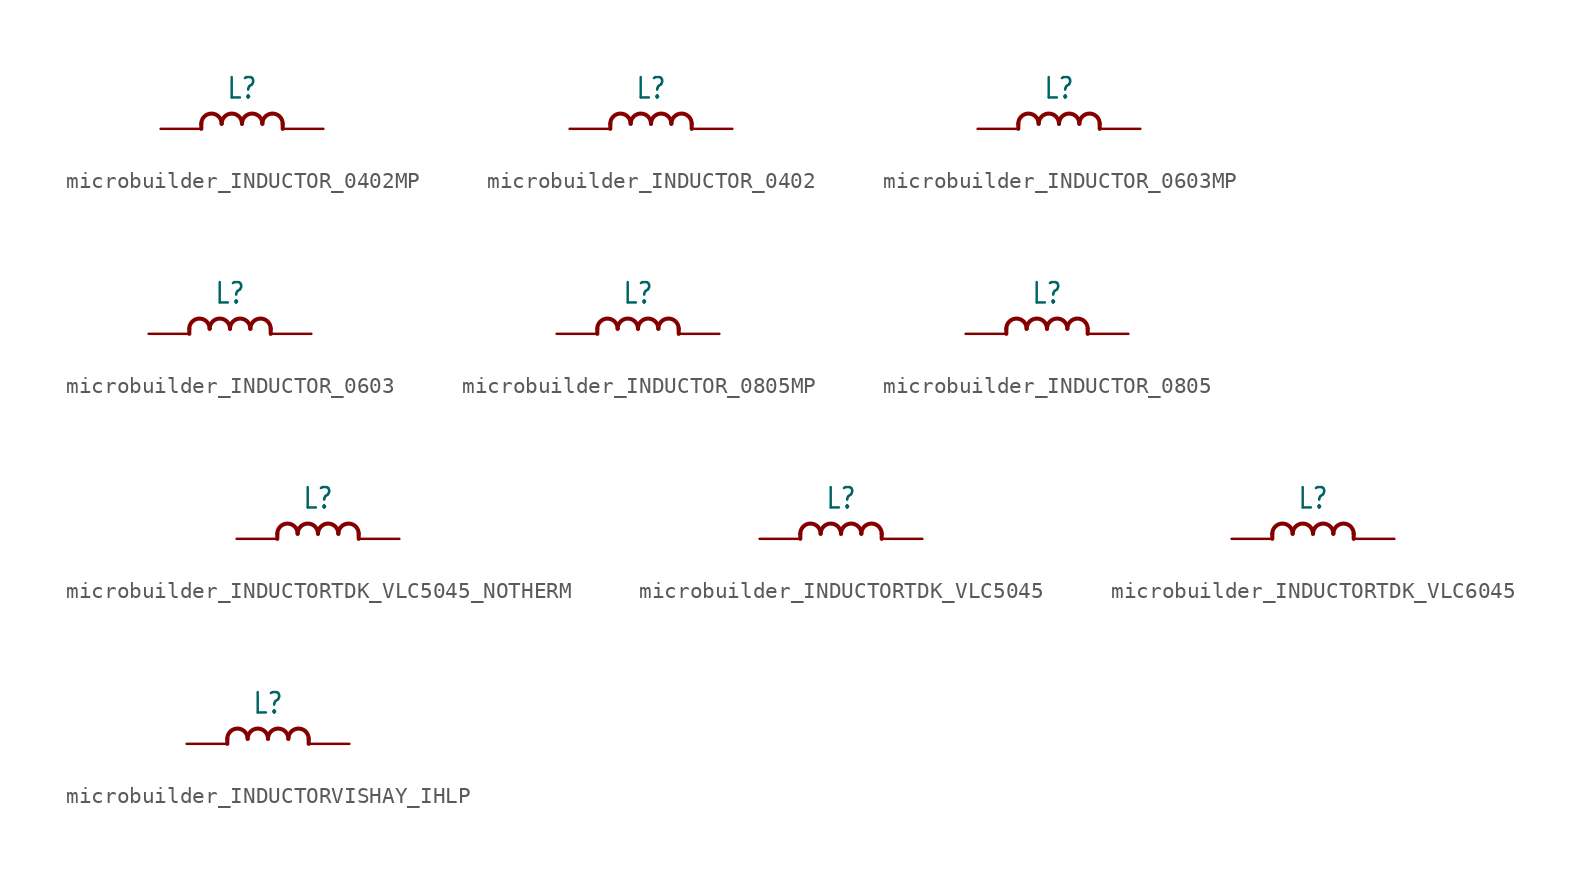
<source format=kicad_sym>
(kicad_symbol_lib
  (version 20231120)
  (generator "kicad_symbol_editor")
  (generator_version "8.0")
  (symbol "microbuilder_INDUCTOR_0402MP"
    (property "Reference" "L"
      (at 0 2.54 0)
      (effects (font (size 1.27 1.079))))
    (property "Value" ""
      (at 0 -1.54 0)
      (effects (font (size 1.27 1.079))))
    (property "ki_locked" ""
      (at 0 0 0)
      (effects (font (size 1.27 1.27))))
    (symbol "microbuilder_INDUCTOR_0402MP_1_0"
      (arc (start -1.27 0.3173) (mid -1.9049 0.9524) (end -2.54 0.3175) (stroke (width 0.254) (type solid)) (fill (type none)))
      (polyline (pts (xy -2.54 0.318) (xy -2.54 0)) (stroke (width 0.254) (type solid)) (fill (type none)))
      (polyline (pts (xy 2.54 0.318) (xy 2.54 0)) (stroke (width 0.254) (type solid)) (fill (type none)))
      (arc (start 0 0.3173) (mid -0.6349 0.9524) (end -1.27 0.3175) (stroke (width 0.254) (type solid)) (fill (type none)))
      (arc (start 1.27 0.3173) (mid 0.6351 0.9524) (end 0 0.3175) (stroke (width 0.254) (type solid)) (fill (type none)))
      (arc (start 2.54 0.3173) (mid 1.9051 0.9524) (end 1.27 0.3175) (stroke (width 0.254) (type solid)) (fill (type none)))
      (pin passive line (at -5.08 0 0) (length 2.54) (name "1" (effects (font (size 0 0)))) (number "1" (effects (font (size 0 0)))))
      (pin passive line (at 5.08 0 180) (length 2.54) (name "2" (effects (font (size 0 0)))) (number "2" (effects (font (size 0 0)))))))
  (symbol "microbuilder_INDUCTOR_0402"
    (property "Reference" "L"
      (at 0 2.54 0)
      (effects (font (size 1.27 1.079))))
    (property "Value" ""
      (at 0 -1.54 0)
      (effects (font (size 1.27 1.079))))
    (property "ki_locked" ""
      (at 0 0 0)
      (effects (font (size 1.27 1.27))))
    (symbol "microbuilder_INDUCTOR_0402_1_0"
      (arc (start -1.27 0.3173) (mid -1.9049 0.9524) (end -2.54 0.3175) (stroke (width 0.254) (type solid)) (fill (type none)))
      (polyline (pts (xy -2.54 0.318) (xy -2.54 0)) (stroke (width 0.254) (type solid)) (fill (type none)))
      (polyline (pts (xy 2.54 0.318) (xy 2.54 0)) (stroke (width 0.254) (type solid)) (fill (type none)))
      (arc (start 0 0.3173) (mid -0.6349 0.9524) (end -1.27 0.3175) (stroke (width 0.254) (type solid)) (fill (type none)))
      (arc (start 1.27 0.3173) (mid 0.6351 0.9524) (end 0 0.3175) (stroke (width 0.254) (type solid)) (fill (type none)))
      (arc (start 2.54 0.3173) (mid 1.9051 0.9524) (end 1.27 0.3175) (stroke (width 0.254) (type solid)) (fill (type none)))
      (pin passive line (at -5.08 0 0) (length 2.54) (name "1" (effects (font (size 0 0)))) (number "1" (effects (font (size 0 0)))))
      (pin passive line (at 5.08 0 180) (length 2.54) (name "2" (effects (font (size 0 0)))) (number "2" (effects (font (size 0 0)))))))
  (symbol "microbuilder_INDUCTOR_0603MP"
    (property "Reference" "L"
      (at 0 2.54 0)
      (effects (font (size 1.27 1.079))))
    (property "Value" ""
      (at 0 -1.54 0)
      (effects (font (size 1.27 1.079))))
    (property "ki_locked" ""
      (at 0 0 0)
      (effects (font (size 1.27 1.27))))
    (symbol "microbuilder_INDUCTOR_0603MP_1_0"
      (arc (start -1.27 0.3173) (mid -1.9049 0.9524) (end -2.54 0.3175) (stroke (width 0.254) (type solid)) (fill (type none)))
      (polyline (pts (xy -2.54 0.318) (xy -2.54 0)) (stroke (width 0.254) (type solid)) (fill (type none)))
      (polyline (pts (xy 2.54 0.318) (xy 2.54 0)) (stroke (width 0.254) (type solid)) (fill (type none)))
      (arc (start 0 0.3173) (mid -0.6349 0.9524) (end -1.27 0.3175) (stroke (width 0.254) (type solid)) (fill (type none)))
      (arc (start 1.27 0.3173) (mid 0.6351 0.9524) (end 0 0.3175) (stroke (width 0.254) (type solid)) (fill (type none)))
      (arc (start 2.54 0.3173) (mid 1.9051 0.9524) (end 1.27 0.3175) (stroke (width 0.254) (type solid)) (fill (type none)))
      (pin passive line (at -5.08 0 0) (length 2.54) (name "1" (effects (font (size 0 0)))) (number "1" (effects (font (size 0 0)))))
      (pin passive line (at 5.08 0 180) (length 2.54) (name "2" (effects (font (size 0 0)))) (number "2" (effects (font (size 0 0)))))))
  (symbol "microbuilder_INDUCTOR_0603"
    (property "Reference" "L"
      (at 0 2.54 0)
      (effects (font (size 1.27 1.079))))
    (property "Value" ""
      (at 0 -1.54 0)
      (effects (font (size 1.27 1.079))))
    (property "ki_locked" ""
      (at 0 0 0)
      (effects (font (size 1.27 1.27))))
    (symbol "microbuilder_INDUCTOR_0603_1_0"
      (arc (start -1.27 0.3173) (mid -1.9049 0.9524) (end -2.54 0.3175) (stroke (width 0.254) (type solid)) (fill (type none)))
      (polyline (pts (xy -2.54 0.318) (xy -2.54 0)) (stroke (width 0.254) (type solid)) (fill (type none)))
      (polyline (pts (xy 2.54 0.318) (xy 2.54 0)) (stroke (width 0.254) (type solid)) (fill (type none)))
      (arc (start 0 0.3173) (mid -0.6349 0.9524) (end -1.27 0.3175) (stroke (width 0.254) (type solid)) (fill (type none)))
      (arc (start 1.27 0.3173) (mid 0.6351 0.9524) (end 0 0.3175) (stroke (width 0.254) (type solid)) (fill (type none)))
      (arc (start 2.54 0.3173) (mid 1.9051 0.9524) (end 1.27 0.3175) (stroke (width 0.254) (type solid)) (fill (type none)))
      (pin passive line (at -5.08 0 0) (length 2.54) (name "1" (effects (font (size 0 0)))) (number "1" (effects (font (size 0 0)))))
      (pin passive line (at 5.08 0 180) (length 2.54) (name "2" (effects (font (size 0 0)))) (number "2" (effects (font (size 0 0)))))))
  (symbol "microbuilder_INDUCTOR_0805MP"
    (property "Reference" "L"
      (at 0 2.54 0)
      (effects (font (size 1.27 1.079))))
    (property "Value" ""
      (at 0 -1.54 0)
      (effects (font (size 1.27 1.079))))
    (property "ki_locked" ""
      (at 0 0 0)
      (effects (font (size 1.27 1.27))))
    (symbol "microbuilder_INDUCTOR_0805MP_1_0"
      (arc (start -1.27 0.3173) (mid -1.9049 0.9524) (end -2.54 0.3175) (stroke (width 0.254) (type solid)) (fill (type none)))
      (polyline (pts (xy -2.54 0.318) (xy -2.54 0)) (stroke (width 0.254) (type solid)) (fill (type none)))
      (polyline (pts (xy 2.54 0.318) (xy 2.54 0)) (stroke (width 0.254) (type solid)) (fill (type none)))
      (arc (start 0 0.3173) (mid -0.6349 0.9524) (end -1.27 0.3175) (stroke (width 0.254) (type solid)) (fill (type none)))
      (arc (start 1.27 0.3173) (mid 0.6351 0.9524) (end 0 0.3175) (stroke (width 0.254) (type solid)) (fill (type none)))
      (arc (start 2.54 0.3173) (mid 1.9051 0.9524) (end 1.27 0.3175) (stroke (width 0.254) (type solid)) (fill (type none)))
      (pin passive line (at -5.08 0 0) (length 2.54) (name "1" (effects (font (size 0 0)))) (number "1" (effects (font (size 0 0)))))
      (pin passive line (at 5.08 0 180) (length 2.54) (name "2" (effects (font (size 0 0)))) (number "2" (effects (font (size 0 0)))))))
  (symbol "microbuilder_INDUCTOR_0805"
    (property "Reference" "L"
      (at 0 2.54 0)
      (effects (font (size 1.27 1.079))))
    (property "Value" ""
      (at 0 -1.54 0)
      (effects (font (size 1.27 1.079))))
    (property "ki_locked" ""
      (at 0 0 0)
      (effects (font (size 1.27 1.27))))
    (symbol "microbuilder_INDUCTOR_0805_1_0"
      (arc (start -1.27 0.3173) (mid -1.9049 0.9524) (end -2.54 0.3175) (stroke (width 0.254) (type solid)) (fill (type none)))
      (polyline (pts (xy -2.54 0.318) (xy -2.54 0)) (stroke (width 0.254) (type solid)) (fill (type none)))
      (polyline (pts (xy 2.54 0.318) (xy 2.54 0)) (stroke (width 0.254) (type solid)) (fill (type none)))
      (arc (start 0 0.3173) (mid -0.6349 0.9524) (end -1.27 0.3175) (stroke (width 0.254) (type solid)) (fill (type none)))
      (arc (start 1.27 0.3173) (mid 0.6351 0.9524) (end 0 0.3175) (stroke (width 0.254) (type solid)) (fill (type none)))
      (arc (start 2.54 0.3173) (mid 1.9051 0.9524) (end 1.27 0.3175) (stroke (width 0.254) (type solid)) (fill (type none)))
      (pin passive line (at -5.08 0 0) (length 2.54) (name "1" (effects (font (size 0 0)))) (number "1" (effects (font (size 0 0)))))
      (pin passive line (at 5.08 0 180) (length 2.54) (name "2" (effects (font (size 0 0)))) (number "2" (effects (font (size 0 0)))))))
  (symbol "microbuilder_INDUCTORTDK_VLC5045_NOTHERM"
    (property "Reference" "L"
      (at 0 2.54 0)
      (effects (font (size 1.27 1.079))))
    (property "Value" ""
      (at 0 -1.54 0)
      (effects (font (size 1.27 1.079))))
    (property "ki_locked" ""
      (at 0 0 0)
      (effects (font (size 1.27 1.27))))
    (symbol "microbuilder_INDUCTORTDK_VLC5045_NOTHERM_1_0"
      (arc (start -1.27 0.3173) (mid -1.9049 0.9524) (end -2.54 0.3175) (stroke (width 0.254) (type solid)) (fill (type none)))
      (polyline (pts (xy -2.54 0.318) (xy -2.54 0)) (stroke (width 0.254) (type solid)) (fill (type none)))
      (polyline (pts (xy 2.54 0.318) (xy 2.54 0)) (stroke (width 0.254) (type solid)) (fill (type none)))
      (arc (start 0 0.3173) (mid -0.6349 0.9524) (end -1.27 0.3175) (stroke (width 0.254) (type solid)) (fill (type none)))
      (arc (start 1.27 0.3173) (mid 0.6351 0.9524) (end 0 0.3175) (stroke (width 0.254) (type solid)) (fill (type none)))
      (arc (start 2.54 0.3173) (mid 1.9051 0.9524) (end 1.27 0.3175) (stroke (width 0.254) (type solid)) (fill (type none)))
      (pin passive line (at -5.08 0 0) (length 2.54) (name "1" (effects (font (size 0 0)))) (number "P$1" (effects (font (size 0 0)))))
      (pin passive line (at 5.08 0 180) (length 2.54) (name "2" (effects (font (size 0 0)))) (number "P$2" (effects (font (size 0 0)))))))
  (symbol "microbuilder_INDUCTORTDK_VLC5045"
    (property "Reference" "L"
      (at 0 2.54 0)
      (effects (font (size 1.27 1.079))))
    (property "Value" ""
      (at 0 -1.54 0)
      (effects (font (size 1.27 1.079))))
    (property "ki_locked" ""
      (at 0 0 0)
      (effects (font (size 1.27 1.27))))
    (symbol "microbuilder_INDUCTORTDK_VLC5045_1_0"
      (arc (start -1.27 0.3173) (mid -1.9049 0.9524) (end -2.54 0.3175) (stroke (width 0.254) (type solid)) (fill (type none)))
      (polyline (pts (xy -2.54 0.318) (xy -2.54 0)) (stroke (width 0.254) (type solid)) (fill (type none)))
      (polyline (pts (xy 2.54 0.318) (xy 2.54 0)) (stroke (width 0.254) (type solid)) (fill (type none)))
      (arc (start 0 0.3173) (mid -0.6349 0.9524) (end -1.27 0.3175) (stroke (width 0.254) (type solid)) (fill (type none)))
      (arc (start 1.27 0.3173) (mid 0.6351 0.9524) (end 0 0.3175) (stroke (width 0.254) (type solid)) (fill (type none)))
      (arc (start 2.54 0.3173) (mid 1.9051 0.9524) (end 1.27 0.3175) (stroke (width 0.254) (type solid)) (fill (type none)))
      (pin passive line (at -5.08 0 0) (length 2.54) (name "1" (effects (font (size 0 0)))) (number "P$1" (effects (font (size 0 0)))))
      (pin passive line (at 5.08 0 180) (length 2.54) (name "2" (effects (font (size 0 0)))) (number "P$2" (effects (font (size 0 0)))))))
  (symbol "microbuilder_INDUCTORTDK_VLC6045"
    (property "Reference" "L"
      (at 0 2.54 0)
      (effects (font (size 1.27 1.079))))
    (property "Value" ""
      (at 0 -1.54 0)
      (effects (font (size 1.27 1.079))))
    (property "ki_locked" ""
      (at 0 0 0)
      (effects (font (size 1.27 1.27))))
    (symbol "microbuilder_INDUCTORTDK_VLC6045_1_0"
      (arc (start -1.27 0.3173) (mid -1.9049 0.9524) (end -2.54 0.3175) (stroke (width 0.254) (type solid)) (fill (type none)))
      (polyline (pts (xy -2.54 0.318) (xy -2.54 0)) (stroke (width 0.254) (type solid)) (fill (type none)))
      (polyline (pts (xy 2.54 0.318) (xy 2.54 0)) (stroke (width 0.254) (type solid)) (fill (type none)))
      (arc (start 0 0.3173) (mid -0.6349 0.9524) (end -1.27 0.3175) (stroke (width 0.254) (type solid)) (fill (type none)))
      (arc (start 1.27 0.3173) (mid 0.6351 0.9524) (end 0 0.3175) (stroke (width 0.254) (type solid)) (fill (type none)))
      (arc (start 2.54 0.3173) (mid 1.9051 0.9524) (end 1.27 0.3175) (stroke (width 0.254) (type solid)) (fill (type none)))
      (pin passive line (at -5.08 0 0) (length 2.54) (name "1" (effects (font (size 0 0)))) (number "P$1" (effects (font (size 0 0)))))
      (pin passive line (at 5.08 0 180) (length 2.54) (name "2" (effects (font (size 0 0)))) (number "P$2" (effects (font (size 0 0)))))))
  (symbol "microbuilder_INDUCTORVISHAY_IHLP"
    (property "Reference" "L"
      (at 0 2.54 0)
      (effects (font (size 1.27 1.079))))
    (property "Value" ""
      (at 0 -1.54 0)
      (effects (font (size 1.27 1.079))))
    (property "ki_locked" ""
      (at 0 0 0)
      (effects (font (size 1.27 1.27))))
    (symbol "microbuilder_INDUCTORVISHAY_IHLP_1_0"
      (arc (start -1.27 0.3173) (mid -1.9049 0.9524) (end -2.54 0.3175) (stroke (width 0.254) (type solid)) (fill (type none)))
      (polyline (pts (xy -2.54 0.318) (xy -2.54 0)) (stroke (width 0.254) (type solid)) (fill (type none)))
      (polyline (pts (xy 2.54 0.318) (xy 2.54 0)) (stroke (width 0.254) (type solid)) (fill (type none)))
      (arc (start 0 0.3173) (mid -0.6349 0.9524) (end -1.27 0.3175) (stroke (width 0.254) (type solid)) (fill (type none)))
      (arc (start 1.27 0.3173) (mid 0.6351 0.9524) (end 0 0.3175) (stroke (width 0.254) (type solid)) (fill (type none)))
      (arc (start 2.54 0.3173) (mid 1.9051 0.9524) (end 1.27 0.3175) (stroke (width 0.254) (type solid)) (fill (type none)))
      (pin passive line (at -5.08 0 0) (length 2.54) (name "1" (effects (font (size 0 0)))) (number "1" (effects (font (size 0 0)))))
      (pin passive line (at 5.08 0 180) (length 2.54) (name "2" (effects (font (size 0 0)))) (number "2" (effects (font (size 0 0))))))))
</source>
